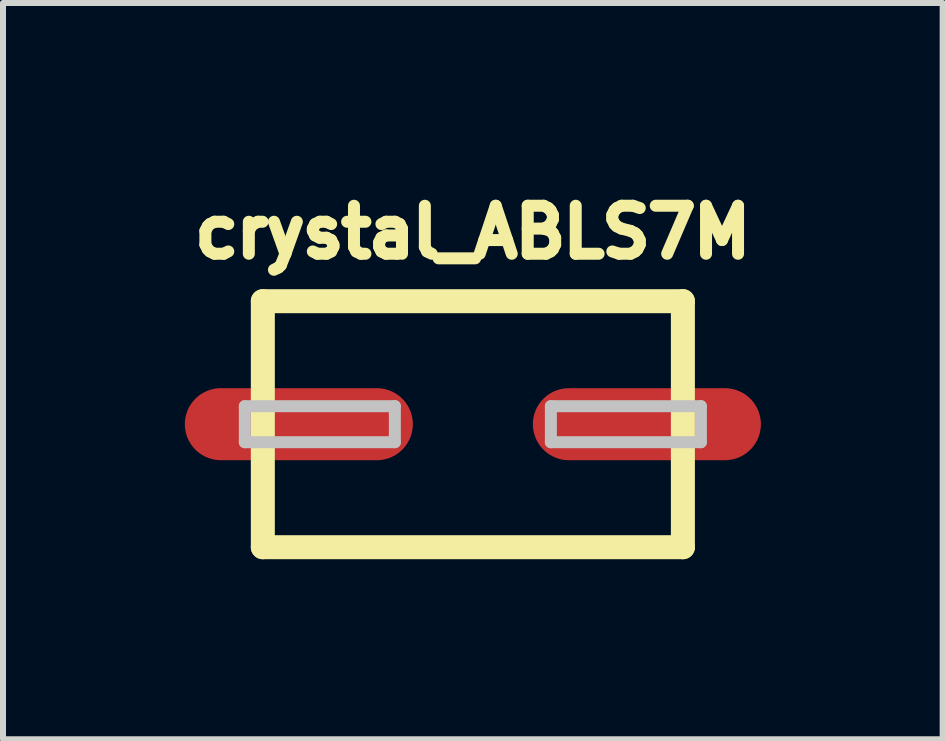
<source format=kicad_pcb>
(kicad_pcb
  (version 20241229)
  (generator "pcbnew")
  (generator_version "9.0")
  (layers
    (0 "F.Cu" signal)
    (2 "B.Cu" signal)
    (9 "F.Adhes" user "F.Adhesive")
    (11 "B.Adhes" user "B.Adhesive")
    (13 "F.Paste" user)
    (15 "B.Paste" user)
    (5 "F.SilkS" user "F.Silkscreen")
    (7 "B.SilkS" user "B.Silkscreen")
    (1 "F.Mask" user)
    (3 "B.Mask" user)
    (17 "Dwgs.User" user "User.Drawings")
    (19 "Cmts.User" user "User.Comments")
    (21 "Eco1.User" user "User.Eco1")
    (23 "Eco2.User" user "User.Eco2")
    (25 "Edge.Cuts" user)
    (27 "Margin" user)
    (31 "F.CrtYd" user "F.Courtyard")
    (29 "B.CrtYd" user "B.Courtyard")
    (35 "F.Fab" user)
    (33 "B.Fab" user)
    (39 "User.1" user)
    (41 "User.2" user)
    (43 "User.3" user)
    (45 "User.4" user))
  (footprint "crystal_ABLS7M"
    (layer "F.Cu")
    (at 4.83 4.019)
    (property "Reference" "crystal_ABLS7M" (at 0 -3.2 0) (layer "F.SilkS") (effects (font (size 0.8 0.8) (thickness 0.2))))
    (attr through_hole)
    (fp_line (start -3.5 -2.05) (end -3.5 2.05) (stroke (width 0.4) (type solid)) (layer "F.SilkS"))
    (fp_line (start -3.5 -2.05) (end 3.5 -2.05) (stroke (width 0.4) (type solid)) (layer "F.SilkS"))
    (fp_line (start -3.5 2.05) (end 3.5 2.05) (stroke (width 0.4) (type solid)) (layer "F.SilkS"))
    (fp_line (start 3.5 -2.05) (end 3.5 2.05) (stroke (width 0.4) (type solid)) (layer "F.SilkS"))
    (fp_line (start -3.8 -0.3) (end -3.8 0.3) (stroke (width 0.2) (type solid)) (layer "Dwgs.User"))
    (fp_line (start -3.8 0.3) (end -1.3 0.3) (stroke (width 0.2) (type solid)) (layer "Dwgs.User"))
    (fp_line (start -1.3 -0.3) (end -3.8 -0.3) (stroke (width 0.2) (type solid)) (layer "Dwgs.User"))
    (fp_line (start -1.3 0.3) (end -1.3 -0.3) (stroke (width 0.2) (type solid)) (layer "Dwgs.User"))
    (fp_line (start 1.3 -0.3) (end 1.3 0.3) (stroke (width 0.2) (type solid)) (layer "Dwgs.User"))
    (fp_line (start 1.3 0.3) (end 3.8 0.3) (stroke (width 0.2) (type solid)) (layer "Dwgs.User"))
    (fp_line (start 3.8 -0.3) (end 1.3 -0.3) (stroke (width 0.2) (type solid)) (layer "Dwgs.User"))
    (fp_line (start 3.8 0.3) (end 3.8 -0.3) (stroke (width 0.2) (type solid)) (layer "Dwgs.User"))
    (pad "1" smd oval (at -2.9 0) (size 3.8 1.2) (layers "F.Cu" "F.Mask" "F.Paste"))
    (pad "2" smd oval (at 2.9 0) (size 3.8 1.2) (layers "F.Cu" "F.Mask" "F.Paste")))
  (gr_rect
    (start -3 -3)
    (end 12.659 9.269)
    (stroke (width 0.1) (type default))
    (fill no)
    (layer "Edge.Cuts")))
</source>
